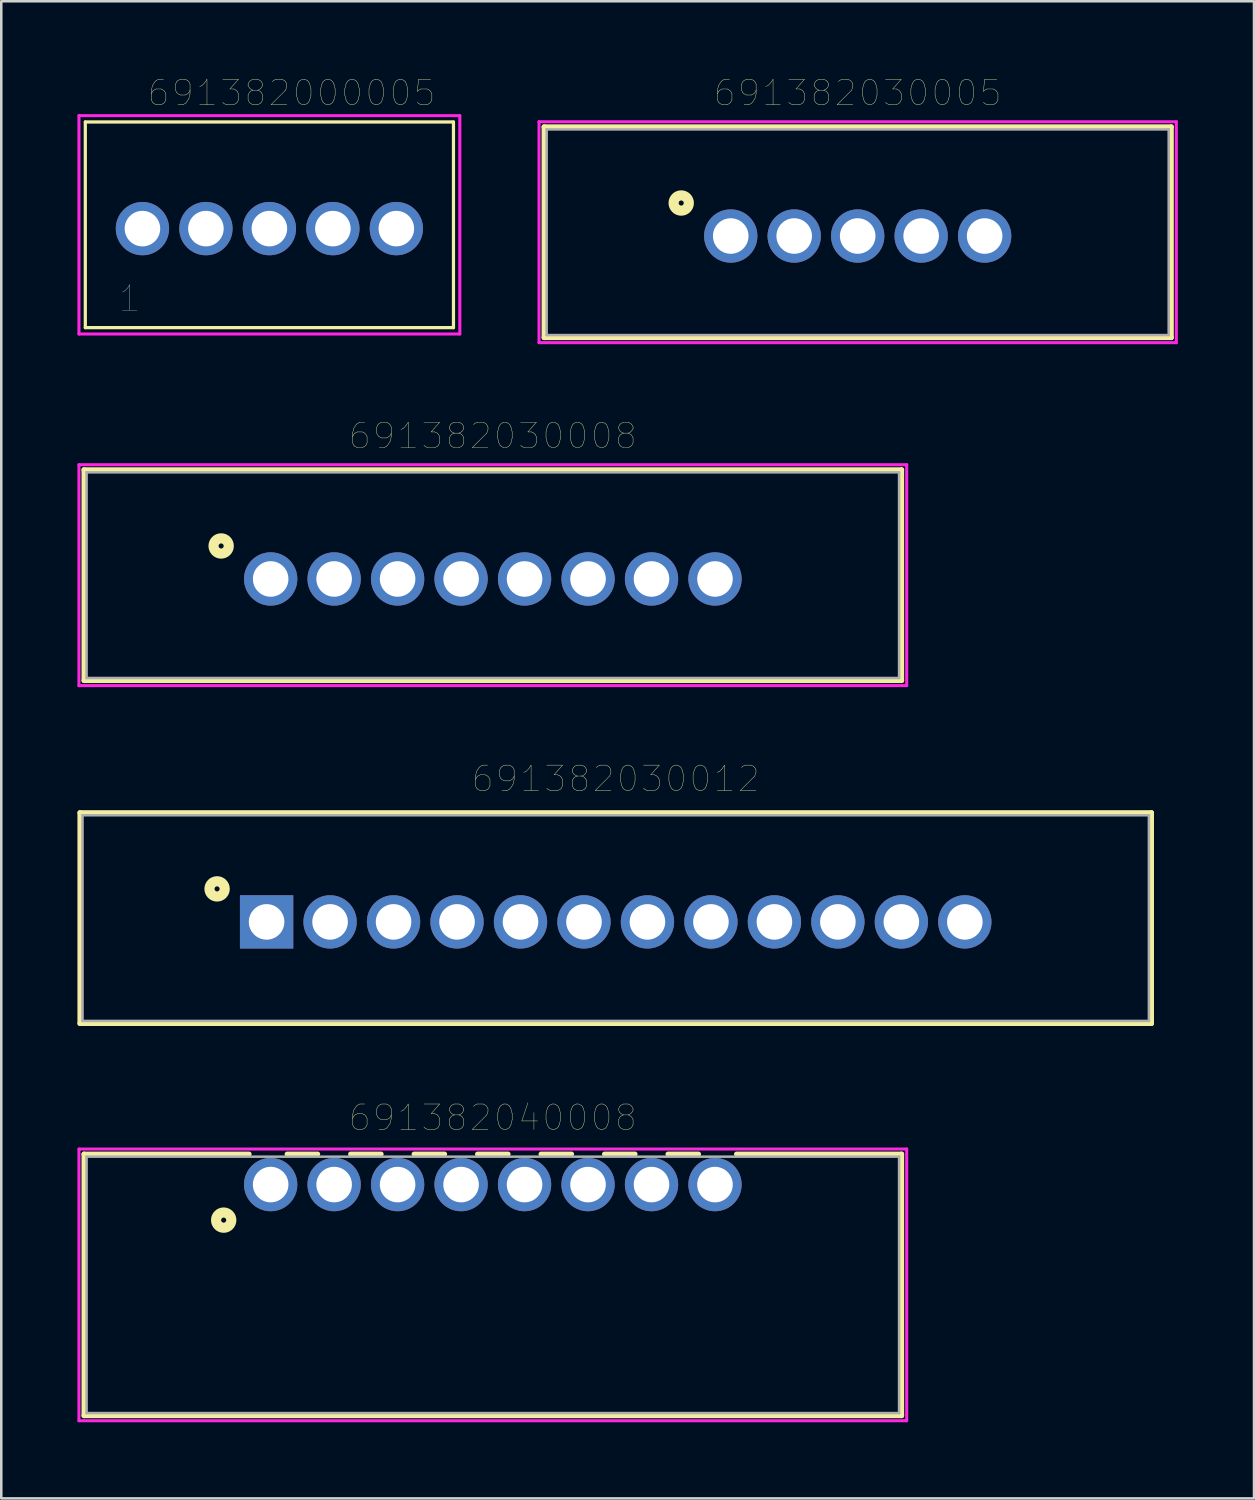
<source format=kicad_pcb>
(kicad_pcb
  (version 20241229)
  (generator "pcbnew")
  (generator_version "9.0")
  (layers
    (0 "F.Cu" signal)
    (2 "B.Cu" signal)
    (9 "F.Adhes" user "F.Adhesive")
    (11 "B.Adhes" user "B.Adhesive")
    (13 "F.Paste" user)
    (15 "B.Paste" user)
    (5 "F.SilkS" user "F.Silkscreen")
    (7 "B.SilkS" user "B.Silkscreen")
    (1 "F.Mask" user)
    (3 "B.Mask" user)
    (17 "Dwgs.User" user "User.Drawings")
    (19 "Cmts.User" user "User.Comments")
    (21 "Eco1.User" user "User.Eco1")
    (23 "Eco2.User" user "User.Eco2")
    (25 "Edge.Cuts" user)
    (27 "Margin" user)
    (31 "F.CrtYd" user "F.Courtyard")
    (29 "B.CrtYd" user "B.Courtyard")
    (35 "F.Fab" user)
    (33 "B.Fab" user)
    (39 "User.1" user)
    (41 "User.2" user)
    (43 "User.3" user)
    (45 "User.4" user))
  (footprint "691382030012"
    (layer "F.Cu")
    (at 21.2 33.259)
    (property "Reference" "691382030012" (at 0 -5.635 0) (layer "F.SilkS") (effects (font (size 1 1) (thickness 0.015))))
    (attr through_hole)
    (fp_line (start -21.1 -4.3) (end 21.1 -4.3) (stroke (width 0.2) (type solid)) (layer "F.SilkS"))
    (fp_line (start -21.1 4) (end -21.1 -4.3) (stroke (width 0.2) (type solid)) (layer "F.SilkS"))
    (fp_line (start 21.1 -4.3) (end 21.1 4) (stroke (width 0.2) (type solid)) (layer "F.SilkS"))
    (fp_line (start 21.1 4) (end -21.1 4) (stroke (width 0.2) (type solid)) (layer "F.SilkS"))
    (fp_circle (center -15.7 -1.3) (end -15.6 -1.3) (stroke (width 0.4) (type solid)) (fill no) (layer "F.SilkS"))
    (fp_line (start -21 -4.2) (end 21 -4.2) (stroke (width 0.1) (type solid)) (layer "F.Fab"))
    (fp_line (start -21 3.9) (end -21 -4.2) (stroke (width 0.1) (type solid)) (layer "F.Fab"))
    (fp_line (start 21 -4.2) (end 21 3.9) (stroke (width 0.1) (type solid)) (layer "F.Fab"))
    (fp_line (start 21 3.9) (end -21 3.9) (stroke (width 0.1) (type solid)) (layer "F.Fab"))
    (pad "1" thru_hole rect (at -13.75 0) (size 2.1 2.1) (drill 1.4) (layers "*.Cu" "*.Mask"))
    (pad "2" thru_hole circle (at -11.25 0) (size 2.1 2.1) (drill 1.4) (layers "*.Cu" "*.Mask"))
    (pad "3" thru_hole circle (at -8.75 0) (size 2.1 2.1) (drill 1.4) (layers "*.Cu" "*.Mask"))
    (pad "4" thru_hole circle (at -6.25 0) (size 2.1 2.1) (drill 1.4) (layers "*.Cu" "*.Mask"))
    (pad "5" thru_hole circle (at -3.75 0) (size 2.1 2.1) (drill 1.4) (layers "*.Cu" "*.Mask"))
    (pad "6" thru_hole circle (at -1.25 0) (size 2.1 2.1) (drill 1.4) (layers "*.Cu" "*.Mask"))
    (pad "7" thru_hole circle (at 1.25 0) (size 2.1 2.1) (drill 1.4) (layers "*.Cu" "*.Mask"))
    (pad "8" thru_hole circle (at 3.75 0) (size 2.1 2.1) (drill 1.4) (layers "*.Cu" "*.Mask"))
    (pad "9" thru_hole circle (at 6.25 0) (size 2.1 2.1) (drill 1.4) (layers "*.Cu" "*.Mask"))
    (pad "10" thru_hole circle (at 8.75 0) (size 2.1 2.1) (drill 1.4) (layers "*.Cu" "*.Mask"))
    (pad "11" thru_hole circle (at 11.25 0) (size 2.1 2.1) (drill 1.4) (layers "*.Cu" "*.Mask"))
    (pad "12" thru_hole circle (at 13.75 0) (size 2.1 2.1) (drill 1.4) (layers "*.Cu" "*.Mask")))
  (footprint "691382000005"
    (layer "F.Cu")
    (at 7.56 5.954)
    (property "Reference" "691382000005" (at 0.875 -5.343 0) (layer "F.SilkS") (effects (font (size 1 1) (thickness 0.015))))
    (attr through_hole)
    (fp_line (start -7.25 -4.2) (end 7.25 -4.2) (stroke (width 0.127) (type solid)) (layer "F.SilkS"))
    (fp_line (start -7.25 3.9) (end -7.25 -4.2) (stroke (width 0.127) (type solid)) (layer "F.SilkS"))
    (fp_line (start 7.25 -4.2) (end 7.25 3.9) (stroke (width 0.127) (type solid)) (layer "F.SilkS"))
    (fp_line (start 7.25 3.9) (end -7.25 3.9) (stroke (width 0.127) (type solid)) (layer "F.SilkS"))
    (fp_line (start -7.5 -4.45) (end 7.5 -4.45) (stroke (width 0.12) (type solid)) (layer "F.CrtYd"))
    (fp_line (start -7.5 4.15) (end -7.5 -4.45) (stroke (width 0.12) (type solid)) (layer "F.CrtYd"))
    (fp_line (start 7.5 -4.45) (end 7.5 4.15) (stroke (width 0.12) (type solid)) (layer "F.CrtYd"))
    (fp_line (start 7.5 4.15) (end -7.5 4.15) (stroke (width 0.12) (type solid)) (layer "F.CrtYd"))
    (fp_text user "1" (at -5.5 2.75 0) (layer "Dwgs.User") (effects (font (size 1 1) (thickness 0.015))))
    (pad "1" thru_hole circle (at -5 0) (size 2.1 2.1) (drill 1.4) (layers "*.Cu" "*.Mask"))
    (pad "2" thru_hole circle (at -2.5 0) (size 2.1 2.1) (drill 1.4) (layers "*.Cu" "*.Mask"))
    (pad "3" thru_hole circle (at 0 0) (size 2.1 2.1) (drill 1.4) (layers "*.Cu" "*.Mask"))
    (pad "4" thru_hole circle (at 2.5 0) (size 2.1 2.1) (drill 1.4) (layers "*.Cu" "*.Mask"))
    (pad "5" thru_hole circle (at 5 0) (size 2.1 2.1) (drill 1.4) (layers "*.Cu" "*.Mask")))
  (footprint "691382040008"
    (layer "F.Cu")
    (at 16.36 43.605)
    (property "Reference" "691382040008" (at 0 -2.635 0) (layer "F.SilkS") (effects (font (size 1 1) (thickness 0.015))))
    (attr through_hole)
    (fp_line (start -16.1 -1.2) (end -16.1 9.1) (stroke (width 0.2) (type solid)) (layer "F.SilkS"))
    (fp_line (start -16.1 9.1) (end 16.1 9.1) (stroke (width 0.2) (type solid)) (layer "F.SilkS"))
    (fp_line (start -9.6 -1.2) (end -16.1 -1.2) (stroke (width 0.2) (type solid)) (layer "F.SilkS"))
    (fp_line (start -8.1 -1.2) (end -6.9 -1.2) (stroke (width 0.2) (type solid)) (layer "F.SilkS"))
    (fp_line (start -5.6 -1.2) (end -4.4 -1.2) (stroke (width 0.2) (type solid)) (layer "F.SilkS"))
    (fp_line (start -3.1 -1.2) (end -1.9 -1.2) (stroke (width 0.2) (type solid)) (layer "F.SilkS"))
    (fp_line (start -0.6 -1.2) (end 0.6 -1.2) (stroke (width 0.2) (type solid)) (layer "F.SilkS"))
    (fp_line (start 1.9 -1.2) (end 3.1 -1.2) (stroke (width 0.2) (type solid)) (layer "F.SilkS"))
    (fp_line (start 4.4 -1.2) (end 5.6 -1.2) (stroke (width 0.2) (type solid)) (layer "F.SilkS"))
    (fp_line (start 6.9 -1.2) (end 8.1 -1.2) (stroke (width 0.2) (type solid)) (layer "F.SilkS"))
    (fp_line (start 16.1 -1.2) (end 9.6 -1.2) (stroke (width 0.2) (type solid)) (layer "F.SilkS"))
    (fp_line (start 16.1 9.1) (end 16.1 -1.2) (stroke (width 0.2) (type solid)) (layer "F.SilkS"))
    (fp_circle (center -10.6 1.4) (end -10.5 1.4) (stroke (width 0.4) (type solid)) (fill no) (layer "F.SilkS"))
    (fp_line (start -16.3 -1.4) (end 16.3 -1.4) (stroke (width 0.12) (type solid)) (layer "F.CrtYd"))
    (fp_line (start -16.3 9.3) (end -16.3 -1.4) (stroke (width 0.12) (type solid)) (layer "F.CrtYd"))
    (fp_line (start 16.3 -1.4) (end 16.3 9.3) (stroke (width 0.12) (type solid)) (layer "F.CrtYd"))
    (fp_line (start 16.3 9.3) (end -16.3 9.3) (stroke (width 0.12) (type solid)) (layer "F.CrtYd"))
    (fp_line (start -16 -1.1) (end 16 -1.1) (stroke (width 0.1) (type solid)) (layer "F.Fab"))
    (fp_line (start -16 9) (end -16 -1.1) (stroke (width 0.1) (type solid)) (layer "F.Fab"))
    (fp_line (start 16 -1.1) (end 16 9) (stroke (width 0.1) (type solid)) (layer "F.Fab"))
    (fp_line (start 16 9) (end -16 9) (stroke (width 0.1) (type solid)) (layer "F.Fab"))
    (pad "1" thru_hole circle (at -8.75 0) (size 2.1 2.1) (drill 1.4) (layers "*.Cu" "*.Mask"))
    (pad "2" thru_hole circle (at -6.25 0) (size 2.1 2.1) (drill 1.4) (layers "*.Cu" "*.Mask"))
    (pad "3" thru_hole circle (at -3.75 0) (size 2.1 2.1) (drill 1.4) (layers "*.Cu" "*.Mask"))
    (pad "4" thru_hole circle (at -1.25 0) (size 2.1 2.1) (drill 1.4) (layers "*.Cu" "*.Mask"))
    (pad "5" thru_hole circle (at 1.25 0) (size 2.1 2.1) (drill 1.4) (layers "*.Cu" "*.Mask"))
    (pad "6" thru_hole circle (at 3.75 0) (size 2.1 2.1) (drill 1.4) (layers "*.Cu" "*.Mask"))
    (pad "7" thru_hole circle (at 6.25 0) (size 2.1 2.1) (drill 1.4) (layers "*.Cu" "*.Mask"))
    (pad "8" thru_hole circle (at 8.75 0) (size 2.1 2.1) (drill 1.4) (layers "*.Cu" "*.Mask")))
  (footprint "691382030008"
    (layer "F.Cu")
    (at 16.36 19.753)
    (property "Reference" "691382030008" (at 0 -5.635 0) (layer "F.SilkS") (effects (font (size 1 1) (thickness 0.015))))
    (attr through_hole)
    (fp_line (start -16.1 -4.3) (end 16.1 -4.3) (stroke (width 0.2) (type solid)) (layer "F.SilkS"))
    (fp_line (start -16.1 4) (end -16.1 -4.3) (stroke (width 0.2) (type solid)) (layer "F.SilkS"))
    (fp_line (start 16.1 -4.3) (end 16.1 4) (stroke (width 0.2) (type solid)) (layer "F.SilkS"))
    (fp_line (start 16.1 4) (end -16.1 4) (stroke (width 0.2) (type solid)) (layer "F.SilkS"))
    (fp_circle (center -10.7 -1.3) (end -10.6 -1.3) (stroke (width 0.4) (type solid)) (fill no) (layer "F.SilkS"))
    (fp_line (start -16.3 -4.5) (end -16.3 4.2) (stroke (width 0.12) (type solid)) (layer "F.CrtYd"))
    (fp_line (start -16.3 4.2) (end 16.3 4.2) (stroke (width 0.12) (type solid)) (layer "F.CrtYd"))
    (fp_line (start 16.3 -4.5) (end -16.3 -4.5) (stroke (width 0.12) (type solid)) (layer "F.CrtYd"))
    (fp_line (start 16.3 4.2) (end 16.3 -4.5) (stroke (width 0.12) (type solid)) (layer "F.CrtYd"))
    (fp_line (start -16 -4.2) (end 16 -4.2) (stroke (width 0.1) (type solid)) (layer "F.Fab"))
    (fp_line (start -16 3.9) (end -16 -4.2) (stroke (width 0.1) (type solid)) (layer "F.Fab"))
    (fp_line (start 16 -4.2) (end 16 3.9) (stroke (width 0.1) (type solid)) (layer "F.Fab"))
    (fp_line (start 16 3.9) (end -16 3.9) (stroke (width 0.1) (type solid)) (layer "F.Fab"))
    (pad "1" thru_hole circle (at -8.75 0) (size 2.1 2.1) (drill 1.4) (layers "*.Cu" "*.Mask"))
    (pad "2" thru_hole circle (at -6.25 0) (size 2.1 2.1) (drill 1.4) (layers "*.Cu" "*.Mask"))
    (pad "3" thru_hole circle (at -3.75 0) (size 2.1 2.1) (drill 1.4) (layers "*.Cu" "*.Mask"))
    (pad "4" thru_hole circle (at -1.25 0) (size 2.1 2.1) (drill 1.4) (layers "*.Cu" "*.Mask"))
    (pad "5" thru_hole circle (at 1.25 0) (size 2.1 2.1) (drill 1.4) (layers "*.Cu" "*.Mask"))
    (pad "6" thru_hole circle (at 3.75 0) (size 2.1 2.1) (drill 1.4) (layers "*.Cu" "*.Mask"))
    (pad "7" thru_hole circle (at 6.25 0) (size 2.1 2.1) (drill 1.4) (layers "*.Cu" "*.Mask"))
    (pad "8" thru_hole circle (at 8.75 0) (size 2.1 2.1) (drill 1.4) (layers "*.Cu" "*.Mask")))
  (footprint "691382030005"
    (layer "F.Cu")
    (at 30.73 6.246)
    (property "Reference" "691382030005" (at 0 -5.635 0) (layer "F.SilkS") (effects (font (size 1 1) (thickness 0.015))))
    (attr through_hole)
    (fp_line (start -12.35 -4.3) (end 12.35 -4.3) (stroke (width 0.2) (type solid)) (layer "F.SilkS"))
    (fp_line (start -12.35 4) (end -12.35 -4.3) (stroke (width 0.2) (type solid)) (layer "F.SilkS"))
    (fp_line (start 12.35 -4.3) (end 12.35 4) (stroke (width 0.2) (type solid)) (layer "F.SilkS"))
    (fp_line (start 12.35 4) (end -12.35 4) (stroke (width 0.2) (type solid)) (layer "F.SilkS"))
    (fp_circle (center -6.95 -1.3) (end -6.85 -1.3) (stroke (width 0.4) (type solid)) (fill no) (layer "F.SilkS"))
    (fp_line (start -12.55 -4.5) (end 12.55 -4.5) (stroke (width 0.12) (type solid)) (layer "F.CrtYd"))
    (fp_line (start -12.55 4.2) (end -12.55 -4.5) (stroke (width 0.12) (type solid)) (layer "F.CrtYd"))
    (fp_line (start 12.55 -4.5) (end 12.55 4.2) (stroke (width 0.12) (type solid)) (layer "F.CrtYd"))
    (fp_line (start 12.55 4.2) (end -12.55 4.2) (stroke (width 0.12) (type solid)) (layer "F.CrtYd"))
    (fp_line (start -12.25 -4.2) (end 12.25 -4.2) (stroke (width 0.1) (type solid)) (layer "F.Fab"))
    (fp_line (start -12.25 3.9) (end -12.25 -4.2) (stroke (width 0.1) (type solid)) (layer "F.Fab"))
    (fp_line (start 12.25 -4.2) (end 12.25 3.9) (stroke (width 0.1) (type solid)) (layer "F.Fab"))
    (fp_line (start 12.25 3.9) (end -12.25 3.9) (stroke (width 0.1) (type solid)) (layer "F.Fab"))
    (pad "1" thru_hole circle (at -5 0) (size 2.1 2.1) (drill 1.4) (layers "*.Cu" "*.Mask"))
    (pad "2" thru_hole circle (at -2.5 0) (size 2.1 2.1) (drill 1.4) (layers "*.Cu" "*.Mask"))
    (pad "3" thru_hole circle (at 0 0) (size 2.1 2.1) (drill 1.4) (layers "*.Cu" "*.Mask"))
    (pad "4" thru_hole circle (at 2.5 0) (size 2.1 2.1) (drill 1.4) (layers "*.Cu" "*.Mask"))
    (pad "5" thru_hole circle (at 5 0) (size 2.1 2.1) (drill 1.4) (layers "*.Cu" "*.Mask")))
  (gr_rect
    (start -3 -3)
    (end 46.34 55.965)
    (stroke (width 0.1) (type default))
    (fill no)
    (layer "Edge.Cuts")))
</source>
